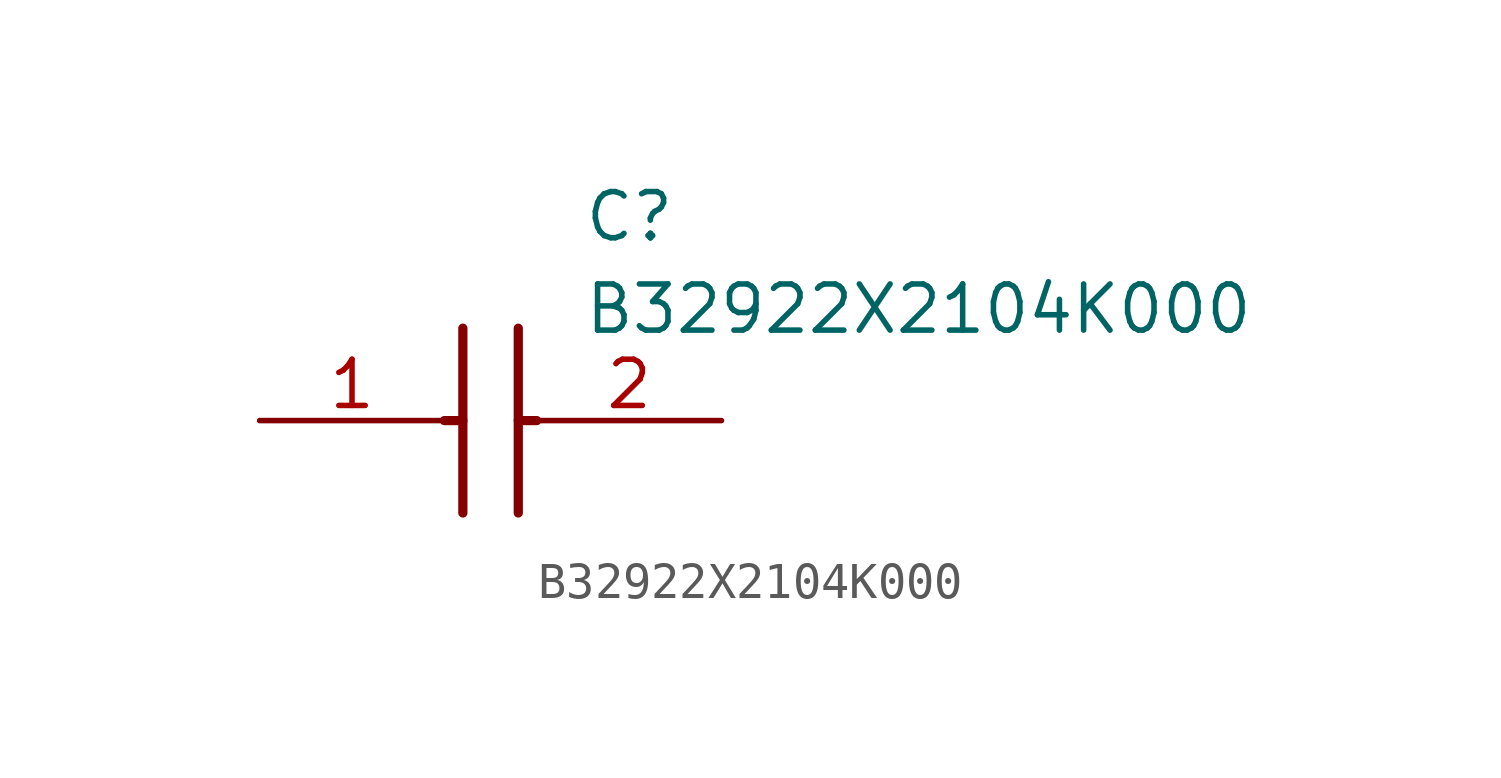
<source format=kicad_sym>
(kicad_symbol_lib
  (version 20211014)
  (generator SamacSys_ECAD_Model)
  (symbol "B32922X2104K000"
    (pin_names hide)
    (property "Reference" "C"
      (at 8.89 6.35 0)
      (effects (font (size 1.27 1.27)) (justify left top)))
    (property "Value" "B32922X2104K000"
      (at 8.89 3.81 0)
      (effects (font (size 1.27 1.27)) (justify left top)))
    (polyline
      (pts (xy 5.588 2.54) (xy 5.588 -2.54))
      (stroke (width 0.254) (type default))
      (fill (type none)))
    (polyline
      (pts (xy 7.112 2.54) (xy 7.112 -2.54))
      (stroke (width 0.254) (type default))
      (fill (type none)))
    (polyline
      (pts (xy 5.08 0) (xy 5.588 0))
      (stroke (width 0.254) (type default))
      (fill (type none)))
    (polyline
      (pts (xy 7.112 0) (xy 7.62 0))
      (stroke (width 0.254) (type default))
      (fill (type none)))
    (pin passive line
      (at 0 0 0)
      (length 5.08)
      (name "1" (effects (font (size 1.27 1.27))))
      (number "1" (effects (font (size 1.27 1.27)))))
    (pin passive line
      (at 12.7 0 180)
      (length 5.08)
      (name "2" (effects (font (size 1.27 1.27))))
      (number "2" (effects (font (size 1.27 1.27)))))))
</source>
